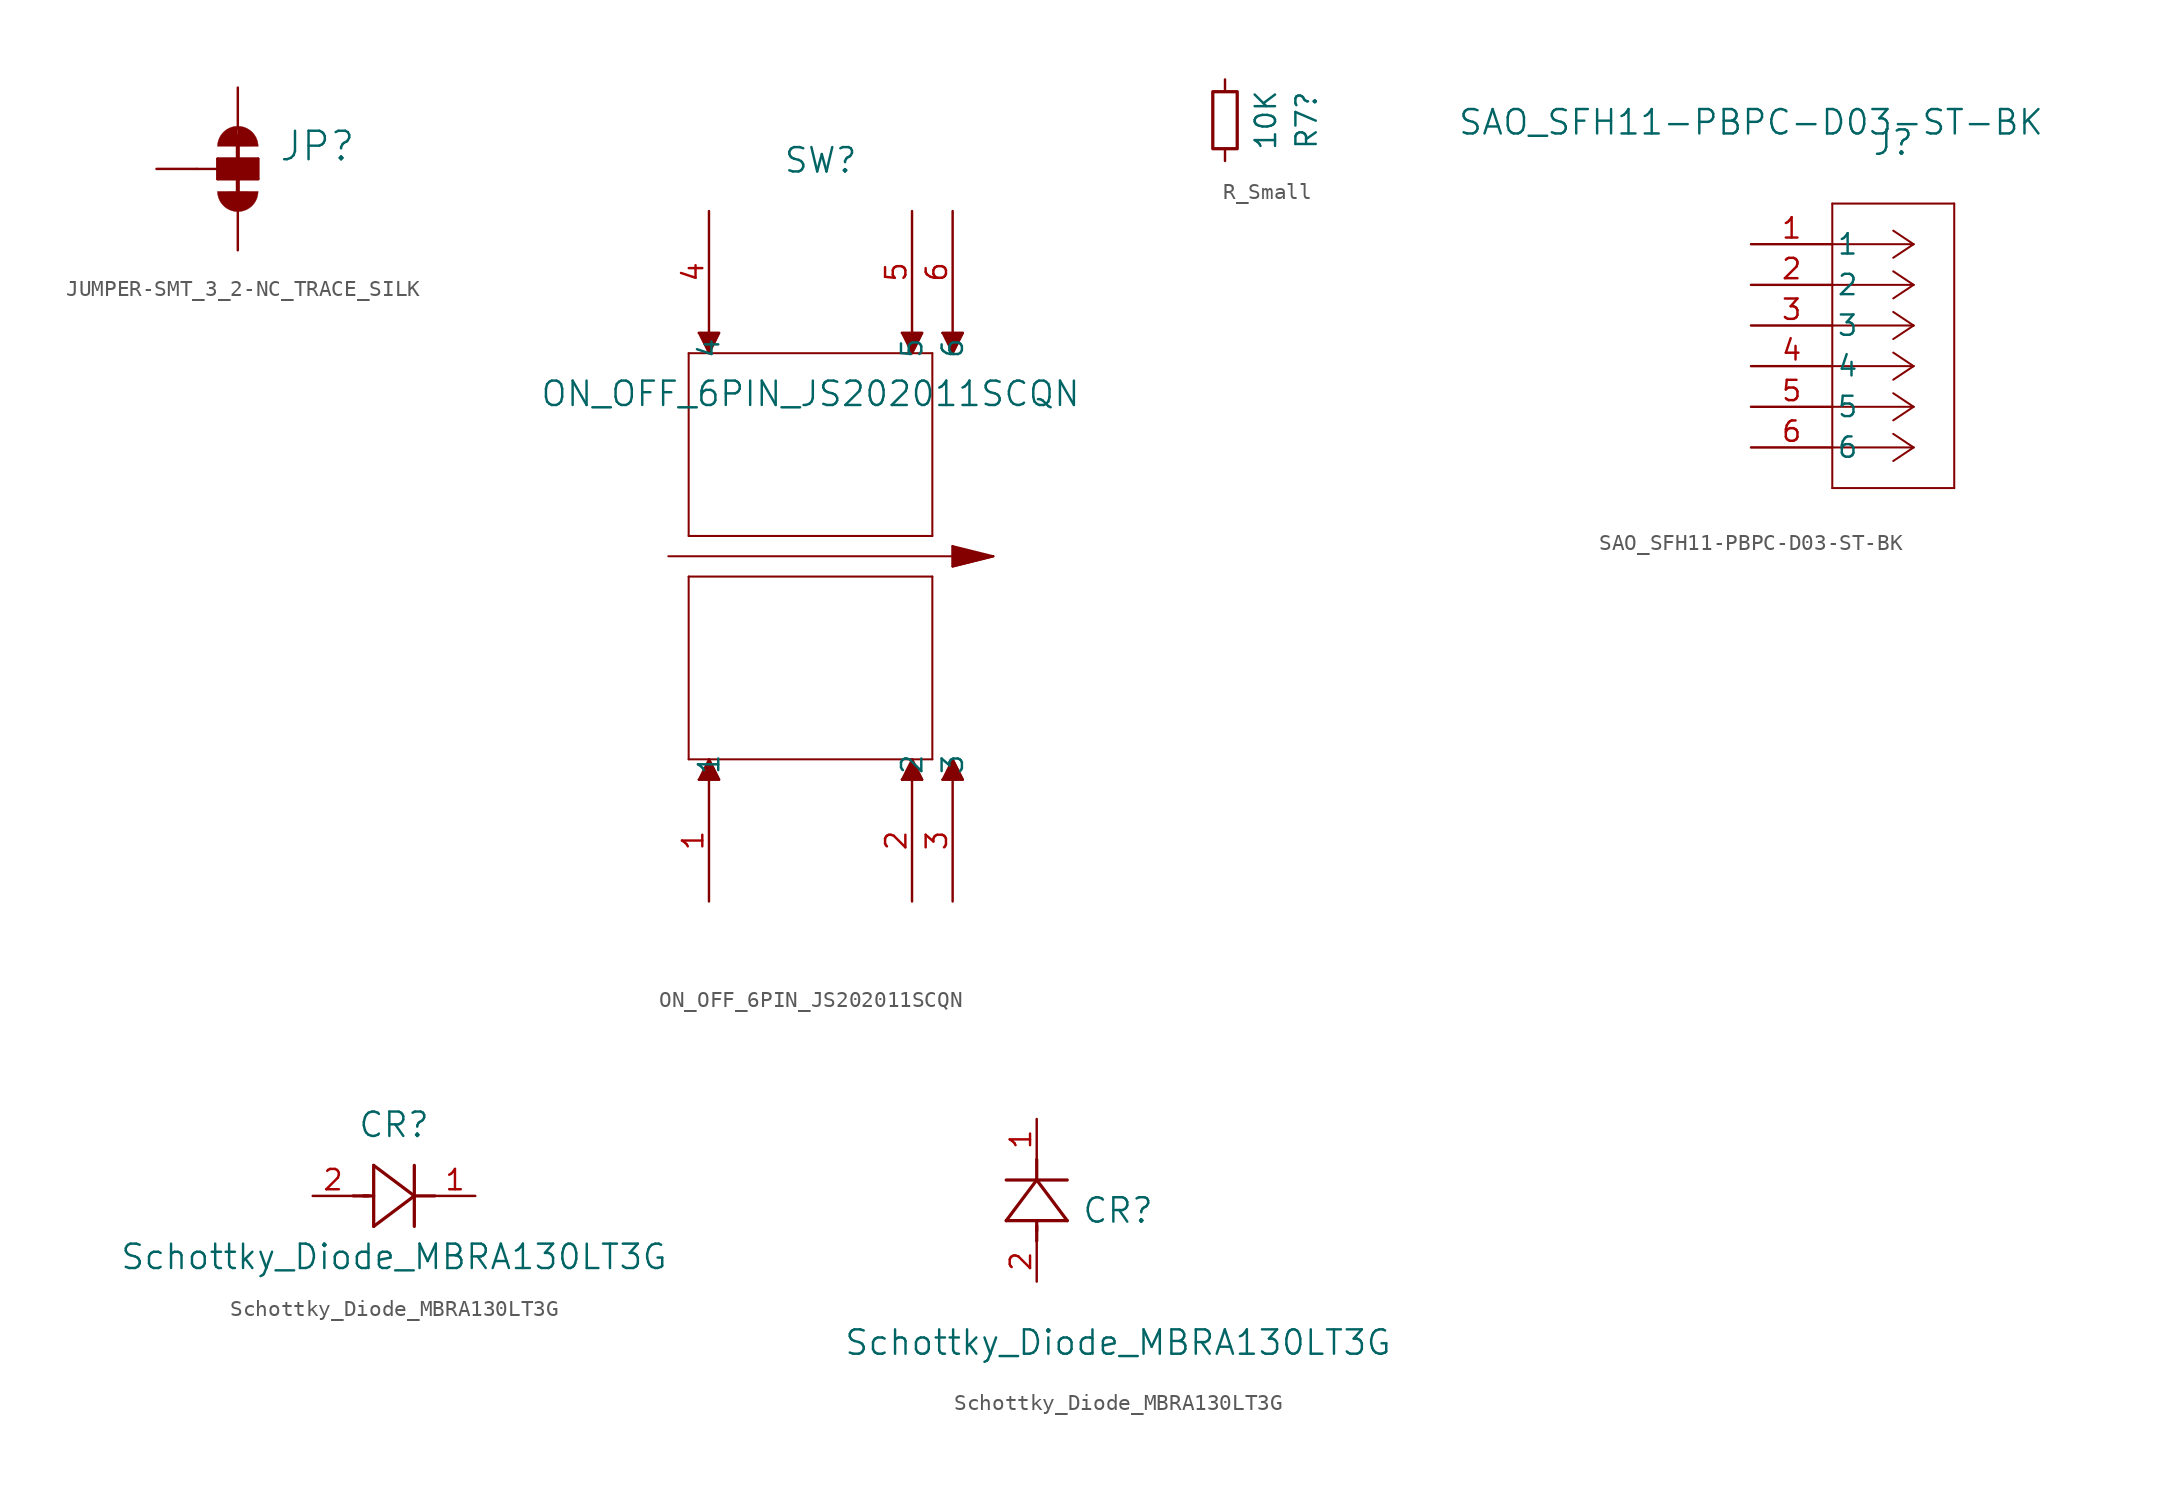
<source format=kicad_sym>
(kicad_symbol_lib
  (version 20220914)
  (generator kicad_symbol_editor)
  (symbol "JUMPER-SMT_3_2-NC_TRACE_SILK"
    (property "Reference" "JP"
      (at 2.54 0.381 0)
      (effects (font (size 1.778 1.778)) (justify left bottom)))
    (property "Value" ""
      (at 2.54 -0.381 0)
      (effects (font (size 1.778 1.778)) (justify left top)))
    (property "ki_locked" ""
      (at 0 0 0)
      (effects (font (size 1.27 1.27))))
    (symbol "JUMPER-SMT_3_2-NC_TRACE_SILK_1_0"
      (arc (start -1.27 -1.397) (mid 0 -2.6615) (end 1.27 -1.397) (stroke (width 0.0001) (type solid)) (fill (type outline)))
      (rectangle (start -1.27 -0.635) (end 1.27 0.635) (stroke (width 0) (type default)) (fill (type outline)))
      (polyline (pts (xy -2.54 0) (xy -1.27 0)) (stroke (width 0.152) (type solid)) (fill (type none)))
      (polyline (pts (xy -1.27 -0.635) (xy -1.27 0)) (stroke (width 0.152) (type solid)) (fill (type none)))
      (polyline (pts (xy -1.27 0) (xy -1.27 0.635)) (stroke (width 0.152) (type solid)) (fill (type none)))
      (polyline (pts (xy -1.27 0.635) (xy 1.27 0.635)) (stroke (width 0.152) (type solid)) (fill (type none)))
      (polyline (pts (xy 0 2.032) (xy 0 -1.778)) (stroke (width 0.254) (type solid)) (fill (type none)))
      (polyline (pts (xy 1.27 -0.635) (xy -1.27 -0.635)) (stroke (width 0.152) (type solid)) (fill (type none)))
      (polyline (pts (xy 1.27 0.635) (xy 1.27 -0.635)) (stroke (width 0.152) (type solid)) (fill (type none)))
      (arc (start 0 2.667) (mid -0.898 2.295) (end -1.27 1.397) (stroke (width 0.0001) (type solid)) (fill (type outline)))
      (arc (start 1.27 1.397) (mid 0.898 2.295) (end 0 2.667) (stroke (width 0.0001) (type solid)) (fill (type outline)))
      (pin passive line (at 0 5.08 270) (length 2.54) (name "1" (effects (font (size 0 0)))) (number "1" (effects (font (size 0 0)))))
      (pin passive line (at -5.08 0 0) (length 2.54) (name "2" (effects (font (size 0 0)))) (number "2" (effects (font (size 0 0)))))
      (pin passive line (at 0 -5.08 90) (length 2.54) (name "3" (effects (font (size 0 0)))) (number "3" (effects (font (size 0 0)))))))
  (symbol "ON_OFF_6PIN_JS202011SCQN"
    (pin_names
      (offset 0.254))
    (property "Reference" "SW"
      (at 6.985 46.355 0)
      (effects (font (size 1.524 1.524))))
    (property "Value" "ON_OFF_6PIN_JS202011SCQN"
      (at 6.35 31.75 0)
      (effects (font (size 1.524 1.524))))
    (property "ki_locked" ""
      (at 0 0 0)
      (effects (font (size 1.27 1.27))))
    (symbol "ON_OFF_6PIN_JS202011SCQN_0_1"
      (polyline (pts (xy -2.54 21.59) (xy 15.24 21.59)) (stroke (width 0.127) (type default)) (fill (type none)))
      (polyline (pts (xy -1.27 8.89) (xy -1.27 20.32)) (stroke (width 0.127) (type default)) (fill (type none)))
      (polyline (pts (xy -1.27 8.89) (xy 13.97 8.89)) (stroke (width 0.127) (type default)) (fill (type none)))
      (polyline (pts (xy -1.27 20.32) (xy 13.97 20.32)) (stroke (width 0.127) (type default)) (fill (type none)))
      (polyline (pts (xy -1.27 22.86) (xy 13.97 22.86)) (stroke (width 0.127) (type default)) (fill (type none)))
      (polyline (pts (xy -1.27 34.29) (xy -1.27 22.86)) (stroke (width 0.127) (type default)) (fill (type none)))
      (polyline (pts (xy -0.635 7.62) (xy 0 8.89)) (stroke (width 0.127) (type default)) (fill (type none)))
      (polyline (pts (xy -0.635 7.62) (xy 0.635 7.62)) (stroke (width 0.127) (type default)) (fill (type none)))
      (polyline (pts (xy -0.635 35.56) (xy 0 34.29)) (stroke (width 0.127) (type default)) (fill (type none)))
      (polyline (pts (xy -0.635 35.56) (xy 0.635 35.56)) (stroke (width 0.127) (type default)) (fill (type none)))
      (polyline (pts (xy 0 8.89) (xy 0.635 7.62)) (stroke (width 0.127) (type default)) (fill (type none)))
      (polyline (pts (xy 0 34.29) (xy 0.635 35.56)) (stroke (width 0.127) (type default)) (fill (type none)))
      (polyline (pts (xy 12.065 7.62) (xy 12.7 8.89)) (stroke (width 0.127) (type default)) (fill (type none)))
      (polyline (pts (xy 12.065 35.56) (xy 12.7 34.29)) (stroke (width 0.127) (type default)) (fill (type none)))
      (polyline (pts (xy 12.065 35.56) (xy 13.335 35.56)) (stroke (width 0.127) (type default)) (fill (type none)))
      (polyline (pts (xy 12.7 8.89) (xy 13.335 7.62)) (stroke (width 0.127) (type default)) (fill (type none)))
      (polyline (pts (xy 12.7 34.29) (xy 13.335 35.56)) (stroke (width 0.127) (type default)) (fill (type none)))
      (polyline (pts (xy 13.335 7.62) (xy 12.065 7.62)) (stroke (width 0.127) (type default)) (fill (type none)))
      (polyline (pts (xy 13.97 8.89) (xy 13.97 20.32)) (stroke (width 0.127) (type default)) (fill (type none)))
      (polyline (pts (xy 13.97 22.86) (xy 13.97 34.29)) (stroke (width 0.127) (type default)) (fill (type none)))
      (polyline (pts (xy 13.97 34.29) (xy -1.27 34.29)) (stroke (width 0.127) (type default)) (fill (type none)))
      (polyline (pts (xy 14.605 7.62) (xy 15.24 8.89)) (stroke (width 0.127) (type default)) (fill (type none)))
      (polyline (pts (xy 14.605 7.62) (xy 15.875 7.62)) (stroke (width 0.127) (type default)) (fill (type none)))
      (polyline (pts (xy 14.605 35.56) (xy 15.24 34.29)) (stroke (width 0.127) (type default)) (fill (type none)))
      (polyline (pts (xy 14.605 35.56) (xy 15.875 35.56)) (stroke (width 0.127) (type default)) (fill (type none)))
      (polyline (pts (xy 15.24 8.89) (xy 15.875 7.62)) (stroke (width 0.127) (type default)) (fill (type none)))
      (polyline (pts (xy 15.24 20.955) (xy 17.78 21.59)) (stroke (width 0.127) (type default)) (fill (type none)))
      (polyline (pts (xy 15.24 22.225) (xy 15.24 20.955)) (stroke (width 0.127) (type default)) (fill (type none)))
      (polyline (pts (xy 15.24 22.225) (xy 17.78 21.59)) (stroke (width 0.127) (type default)) (fill (type none)))
      (polyline (pts (xy 15.24 34.29) (xy 15.875 35.56)) (stroke (width 0.127) (type default)) (fill (type none)))
      (polyline (pts (xy -0.635 7.62) (xy 0.635 7.62) (xy 0 8.89)) (stroke (width 0) (type default)) (fill (type outline)))
      (polyline (pts (xy -0.635 35.56) (xy 0.635 35.56) (xy 0 34.29)) (stroke (width 0) (type default)) (fill (type outline)))
      (polyline (pts (xy 12.065 7.62) (xy 13.335 7.62) (xy 12.7 8.89)) (stroke (width 0) (type default)) (fill (type outline)))
      (polyline (pts (xy 12.065 35.56) (xy 13.335 35.56) (xy 12.7 34.29)) (stroke (width 0) (type default)) (fill (type outline)))
      (polyline (pts (xy 14.605 7.62) (xy 15.875 7.62) (xy 15.24 8.89)) (stroke (width 0) (type default)) (fill (type outline)))
      (polyline (pts (xy 14.605 35.56) (xy 15.875 35.56) (xy 15.24 34.29)) (stroke (width 0) (type default)) (fill (type outline)))
      (polyline (pts (xy 15.24 22.225) (xy 15.24 20.955) (xy 17.78 21.59)) (stroke (width 0) (type default)) (fill (type outline)))
      (pin unspecified line (at 12.7 0 90) (length 7.62) (name "2" (effects (font (size 1.27 1.27)))) (number "2" (effects (font (size 1.27 1.27)))))
      (pin unspecified line (at 15.24 0 90) (length 7.62) (name "3" (effects (font (size 1.27 1.27)))) (number "3" (effects (font (size 1.27 1.27)))))
      (pin unspecified line (at 15.24 43.18 270) (length 7.62) (name "6" (effects (font (size 1.27 1.27)))) (number "6" (effects (font (size 1.27 1.27))))))
    (symbol "ON_OFF_6PIN_JS202011SCQN_1_1"
      (pin bidirectional line (at 0 0 90) (length 7.62) (name "1" (effects (font (size 1.27 1.27)))) (number "1" (effects (font (size 1.27 1.27)))))
      (pin bidirectional line (at 0 43.18 270) (length 7.62) (name "4" (effects (font (size 1.27 1.27)))) (number "4" (effects (font (size 1.27 1.27)))))
      (pin power_in line (at 12.7 43.18 270) (length 7.62) (name "5" (effects (font (size 1.27 1.27)))) (number "5" (effects (font (size 1.27 1.27)))))))
  (symbol "R_Small"
    (pin_numbers hide)
    (pin_names
      (offset 0.254) hide)
    (property "Reference" "R7"
      (at 5.08 0 90)
      (effects (font (size 1.27 1.27))))
    (property "Value" "10K"
      (at 2.54 0 90)
      (effects (font (size 1.27 1.27))))
    (symbol "R_Small_0_1"
      (rectangle (start -0.762 1.778) (end 0.762 -1.778) (stroke (width 0.203) (type default)) (fill (type none))))
    (symbol "R_Small_1_1"
      (pin passive line (at 0 2.54 270) (length 0.762) (name "~" (effects (font (size 1.27 1.27)))) (number "1" (effects (font (size 1.27 1.27)))))
      (pin passive line (at 0 -2.54 90) (length 0.762) (name "~" (effects (font (size 1.27 1.27)))) (number "2" (effects (font (size 1.27 1.27)))))))
  (symbol "SAO_SFH11-PBPC-D03-ST-BK"
    (pin_names
      (offset 0.254))
    (property "Reference" "J"
      (at 8.89 6.35 0)
      (effects (font (size 1.524 1.524))))
    (property "Value" "SAO_SFH11-PBPC-D03-ST-BK"
      (at 0 7.62 0)
      (effects (font (size 1.524 1.524))))
    (property "ki_locked" ""
      (at 0 0 0)
      (effects (font (size 1.27 1.27))))
    (symbol "SAO_SFH11-PBPC-D03-ST-BK_0_1"
      (polyline (pts (xy 5.08 -15.24) (xy 12.7 -15.24)) (stroke (width 0.127) (type default)) (fill (type none)))
      (polyline (pts (xy 5.08 2.54) (xy 5.08 -15.24)) (stroke (width 0.127) (type default)) (fill (type none)))
      (polyline (pts (xy 10.16 -12.7) (xy 5.08 -12.7)) (stroke (width 0.127) (type default)) (fill (type none)))
      (polyline (pts (xy 10.16 -12.7) (xy 8.89 -13.547)) (stroke (width 0.127) (type default)) (fill (type none)))
      (polyline (pts (xy 10.16 -12.7) (xy 8.89 -11.853)) (stroke (width 0.127) (type default)) (fill (type none)))
      (polyline (pts (xy 10.16 -10.16) (xy 5.08 -10.16)) (stroke (width 0.127) (type default)) (fill (type none)))
      (polyline (pts (xy 10.16 -10.16) (xy 8.89 -11.007)) (stroke (width 0.127) (type default)) (fill (type none)))
      (polyline (pts (xy 10.16 -10.16) (xy 8.89 -9.313)) (stroke (width 0.127) (type default)) (fill (type none)))
      (polyline (pts (xy 10.16 -7.62) (xy 5.08 -7.62)) (stroke (width 0.127) (type default)) (fill (type none)))
      (polyline (pts (xy 10.16 -7.62) (xy 8.89 -8.467)) (stroke (width 0.127) (type default)) (fill (type none)))
      (polyline (pts (xy 10.16 -7.62) (xy 8.89 -6.773)) (stroke (width 0.127) (type default)) (fill (type none)))
      (polyline (pts (xy 10.16 -5.08) (xy 5.08 -5.08)) (stroke (width 0.127) (type default)) (fill (type none)))
      (polyline (pts (xy 10.16 -5.08) (xy 8.89 -5.927)) (stroke (width 0.127) (type default)) (fill (type none)))
      (polyline (pts (xy 10.16 -5.08) (xy 8.89 -4.233)) (stroke (width 0.127) (type default)) (fill (type none)))
      (polyline (pts (xy 10.16 -2.54) (xy 5.08 -2.54)) (stroke (width 0.127) (type default)) (fill (type none)))
      (polyline (pts (xy 10.16 -2.54) (xy 8.89 -3.387)) (stroke (width 0.127) (type default)) (fill (type none)))
      (polyline (pts (xy 10.16 -2.54) (xy 8.89 -1.693)) (stroke (width 0.127) (type default)) (fill (type none)))
      (polyline (pts (xy 10.16 0) (xy 5.08 0)) (stroke (width 0.127) (type default)) (fill (type none)))
      (polyline (pts (xy 10.16 0) (xy 8.89 -0.847)) (stroke (width 0.127) (type default)) (fill (type none)))
      (polyline (pts (xy 10.16 0) (xy 8.89 0.847)) (stroke (width 0.127) (type default)) (fill (type none)))
      (polyline (pts (xy 12.7 -15.24) (xy 12.7 2.54)) (stroke (width 0.127) (type default)) (fill (type none)))
      (polyline (pts (xy 12.7 2.54) (xy 5.08 2.54)) (stroke (width 0.127) (type default)) (fill (type none))))
    (symbol "SAO_SFH11-PBPC-D03-ST-BK_1_1"
      (pin power_in line (at 0 0 0) (length 5.08) (name "1" (effects (font (size 1.27 1.27)))) (number "1" (effects (font (size 1.27 1.27)))))
      (pin power_in line (at 0 -2.54 0) (length 5.08) (name "2" (effects (font (size 1.27 1.27)))) (number "2" (effects (font (size 1.27 1.27)))))
      (pin bidirectional line (at 0 -5.08 0) (length 5.08) (name "3" (effects (font (size 1.27 1.27)))) (number "3" (effects (font (size 1.27 1.27)))))
      (pin bidirectional line (at 0 -7.62 0) (length 5.08) (name "4" (effects (font (size 1.27 1.27)))) (number "4" (effects (font (size 1.27 1.27)))))
      (pin bidirectional line (at 0 -10.16 0) (length 5.08) (name "5" (effects (font (size 1.27 1.27)))) (number "5" (effects (font (size 1.27 1.27)))))
      (pin bidirectional line (at 0 -12.7 0) (length 5.08) (name "6" (effects (font (size 1.27 1.27)))) (number "6" (effects (font (size 1.27 1.27)))))))
  (symbol "Schottky_Diode_MBRA130LT3G"
    (pin_names
      (offset 0.254))
    (property "Reference" "CR"
      (at 5.08 4.445 0)
      (effects (font (size 1.524 1.524))))
    (property "Value" "Schottky_Diode_MBRA130LT3G"
      (at 5.08 -3.81 0)
      (effects (font (size 1.524 1.524))))
    (property "ki_locked" ""
      (at 0 0 0)
      (effects (font (size 1.27 1.27))))
    (symbol "Schottky_Diode_MBRA130LT3G_1_1"
      (polyline (pts (xy 2.54 0) (xy 3.48 0)) (stroke (width 0.203) (type default)) (fill (type none)))
      (polyline (pts (xy 3.175 0) (xy 3.81 0)) (stroke (width 0.203) (type default)) (fill (type none)))
      (polyline (pts (xy 3.81 -1.905) (xy 6.35 0)) (stroke (width 0.203) (type default)) (fill (type none)))
      (polyline (pts (xy 3.81 1.905) (xy 3.81 -1.905)) (stroke (width 0.203) (type default)) (fill (type none)))
      (polyline (pts (xy 6.35 -1.905) (xy 6.35 1.905)) (stroke (width 0.203) (type default)) (fill (type none)))
      (polyline (pts (xy 6.35 0) (xy 3.81 1.905)) (stroke (width 0.203) (type default)) (fill (type none)))
      (polyline (pts (xy 6.35 0) (xy 7.62 0)) (stroke (width 0.203) (type default)) (fill (type none)))
      (pin power_in line (at 10.16 0 180) (length 2.54) (name "" (effects (font (size 1.27 1.27)))) (number "1" (effects (font (size 1.27 1.27)))))
      (pin power_in line (at 0 0 0) (length 2.54) (name "" (effects (font (size 1.27 1.27)))) (number "2" (effects (font (size 1.27 1.27))))))
    (symbol "Schottky_Diode_MBRA130LT3G_1_2"
      (polyline (pts (xy -1.905 3.81) (xy 1.905 3.81)) (stroke (width 0.203) (type default)) (fill (type none)))
      (polyline (pts (xy 0 2.54) (xy 0 3.48)) (stroke (width 0.203) (type default)) (fill (type none)))
      (polyline (pts (xy 0 3.175) (xy 0 3.81)) (stroke (width 0.203) (type default)) (fill (type none)))
      (polyline (pts (xy 0 6.35) (xy -1.905 3.81)) (stroke (width 0.203) (type default)) (fill (type none)))
      (polyline (pts (xy 0 6.35) (xy 0 7.62)) (stroke (width 0.203) (type default)) (fill (type none)))
      (polyline (pts (xy 1.905 3.81) (xy 0 6.35)) (stroke (width 0.203) (type default)) (fill (type none)))
      (polyline (pts (xy 1.905 6.35) (xy -1.905 6.35)) (stroke (width 0.203) (type default)) (fill (type none)))
      (pin unspecified line (at 0 10.16 270) (length 2.54) (name "" (effects (font (size 1.27 1.27)))) (number "1" (effects (font (size 1.27 1.27)))))
      (pin unspecified line (at 0 0 90) (length 2.54) (name "" (effects (font (size 1.27 1.27)))) (number "2" (effects (font (size 1.27 1.27))))))))
</source>
